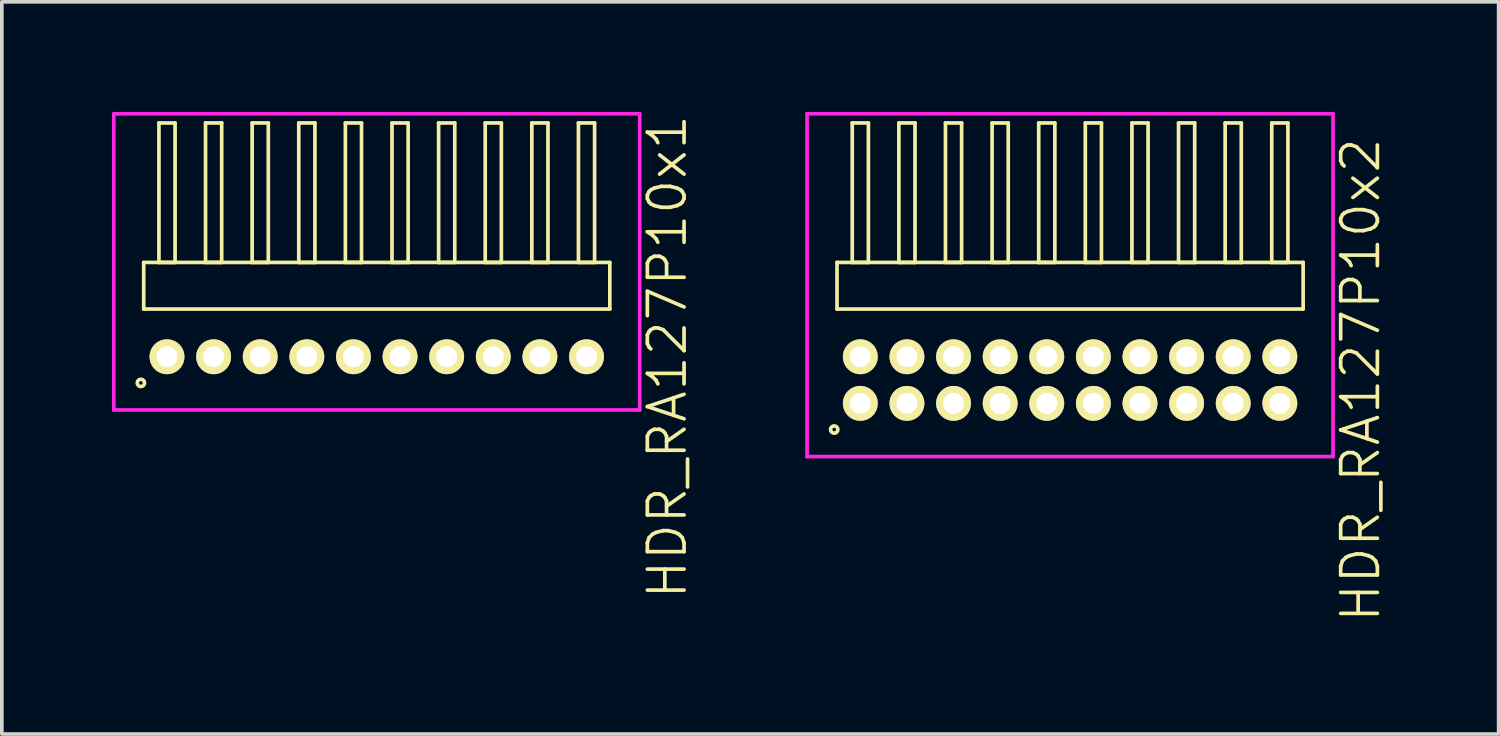
<source format=kicad_pcb>
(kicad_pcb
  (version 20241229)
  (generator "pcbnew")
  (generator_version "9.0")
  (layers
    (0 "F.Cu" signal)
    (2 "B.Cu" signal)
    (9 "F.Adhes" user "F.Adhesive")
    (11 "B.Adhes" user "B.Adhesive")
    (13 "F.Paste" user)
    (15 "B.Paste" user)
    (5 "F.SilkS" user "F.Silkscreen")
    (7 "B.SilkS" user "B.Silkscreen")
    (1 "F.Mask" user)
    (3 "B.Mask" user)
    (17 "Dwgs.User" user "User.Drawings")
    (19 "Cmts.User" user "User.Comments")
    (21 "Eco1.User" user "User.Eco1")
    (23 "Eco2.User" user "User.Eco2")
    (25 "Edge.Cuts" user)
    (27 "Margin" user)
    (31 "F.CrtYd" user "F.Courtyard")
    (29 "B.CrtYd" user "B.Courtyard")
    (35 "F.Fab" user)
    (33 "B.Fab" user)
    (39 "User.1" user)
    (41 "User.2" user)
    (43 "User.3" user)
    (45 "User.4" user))
  (footprint "HDR_RA127P10x1"
    (layer "F.Cu")
    (at 7.215 6.67)
    (property "Reference" "HDR_RA127P10x1" (at 7.915 0 90) (layer "F.SilkS") (effects (font (size 1 1) (thickness 0.1))))
    (attr through_hole)
    (fp_line (start -6.35 -2.57) (end -6.35 -1.3) (stroke (width 0.1) (type solid)) (layer "F.SilkS"))
    (fp_line (start -6.35 -1.3) (end 6.35 -1.3) (stroke (width 0.1) (type solid)) (layer "F.SilkS"))
    (fp_line (start -5.935 -6.37) (end -5.935 -2.57) (stroke (width 0.1) (type solid)) (layer "F.SilkS"))
    (fp_line (start -5.935 -2.57) (end -5.495 -2.57) (stroke (width 0.1) (type solid)) (layer "F.SilkS"))
    (fp_line (start -5.495 -6.37) (end -5.935 -6.37) (stroke (width 0.1) (type solid)) (layer "F.SilkS"))
    (fp_line (start -5.495 -2.57) (end -5.495 -6.37) (stroke (width 0.1) (type solid)) (layer "F.SilkS"))
    (fp_line (start -4.665 -6.37) (end -4.665 -2.57) (stroke (width 0.1) (type solid)) (layer "F.SilkS"))
    (fp_line (start -4.665 -2.57) (end -4.225 -2.57) (stroke (width 0.1) (type solid)) (layer "F.SilkS"))
    (fp_line (start -4.225 -6.37) (end -4.665 -6.37) (stroke (width 0.1) (type solid)) (layer "F.SilkS"))
    (fp_line (start -4.225 -2.57) (end -4.225 -6.37) (stroke (width 0.1) (type solid)) (layer "F.SilkS"))
    (fp_line (start -3.395 -6.37) (end -3.395 -2.57) (stroke (width 0.1) (type solid)) (layer "F.SilkS"))
    (fp_line (start -3.395 -2.57) (end -2.955 -2.57) (stroke (width 0.1) (type solid)) (layer "F.SilkS"))
    (fp_line (start -2.955 -6.37) (end -3.395 -6.37) (stroke (width 0.1) (type solid)) (layer "F.SilkS"))
    (fp_line (start -2.955 -2.57) (end -2.955 -6.37) (stroke (width 0.1) (type solid)) (layer "F.SilkS"))
    (fp_line (start -2.125 -6.37) (end -2.125 -2.57) (stroke (width 0.1) (type solid)) (layer "F.SilkS"))
    (fp_line (start -2.125 -2.57) (end -1.685 -2.57) (stroke (width 0.1) (type solid)) (layer "F.SilkS"))
    (fp_line (start -1.685 -6.37) (end -2.125 -6.37) (stroke (width 0.1) (type solid)) (layer "F.SilkS"))
    (fp_line (start -1.685 -2.57) (end -1.685 -6.37) (stroke (width 0.1) (type solid)) (layer "F.SilkS"))
    (fp_line (start -0.855 -6.37) (end -0.855 -2.57) (stroke (width 0.1) (type solid)) (layer "F.SilkS"))
    (fp_line (start -0.855 -2.57) (end -0.415 -2.57) (stroke (width 0.1) (type solid)) (layer "F.SilkS"))
    (fp_line (start -0.415 -6.37) (end -0.855 -6.37) (stroke (width 0.1) (type solid)) (layer "F.SilkS"))
    (fp_line (start -0.415 -2.57) (end -0.415 -6.37) (stroke (width 0.1) (type solid)) (layer "F.SilkS"))
    (fp_line (start 0.415 -6.37) (end 0.415 -2.57) (stroke (width 0.1) (type solid)) (layer "F.SilkS"))
    (fp_line (start 0.415 -2.57) (end 0.855 -2.57) (stroke (width 0.1) (type solid)) (layer "F.SilkS"))
    (fp_line (start 0.855 -6.37) (end 0.415 -6.37) (stroke (width 0.1) (type solid)) (layer "F.SilkS"))
    (fp_line (start 0.855 -2.57) (end 0.855 -6.37) (stroke (width 0.1) (type solid)) (layer "F.SilkS"))
    (fp_line (start 1.685 -6.37) (end 1.685 -2.57) (stroke (width 0.1) (type solid)) (layer "F.SilkS"))
    (fp_line (start 1.685 -2.57) (end 2.125 -2.57) (stroke (width 0.1) (type solid)) (layer "F.SilkS"))
    (fp_line (start 2.125 -6.37) (end 1.685 -6.37) (stroke (width 0.1) (type solid)) (layer "F.SilkS"))
    (fp_line (start 2.125 -2.57) (end 2.125 -6.37) (stroke (width 0.1) (type solid)) (layer "F.SilkS"))
    (fp_line (start 2.955 -6.37) (end 2.955 -2.57) (stroke (width 0.1) (type solid)) (layer "F.SilkS"))
    (fp_line (start 2.955 -2.57) (end 3.395 -2.57) (stroke (width 0.1) (type solid)) (layer "F.SilkS"))
    (fp_line (start 3.395 -6.37) (end 2.955 -6.37) (stroke (width 0.1) (type solid)) (layer "F.SilkS"))
    (fp_line (start 3.395 -2.57) (end 3.395 -6.37) (stroke (width 0.1) (type solid)) (layer "F.SilkS"))
    (fp_line (start 4.225 -6.37) (end 4.225 -2.57) (stroke (width 0.1) (type solid)) (layer "F.SilkS"))
    (fp_line (start 4.225 -2.57) (end 4.665 -2.57) (stroke (width 0.1) (type solid)) (layer "F.SilkS"))
    (fp_line (start 4.665 -6.37) (end 4.225 -6.37) (stroke (width 0.1) (type solid)) (layer "F.SilkS"))
    (fp_line (start 4.665 -2.57) (end 4.665 -6.37) (stroke (width 0.1) (type solid)) (layer "F.SilkS"))
    (fp_line (start 5.495 -6.37) (end 5.495 -2.57) (stroke (width 0.1) (type solid)) (layer "F.SilkS"))
    (fp_line (start 5.495 -2.57) (end 5.935 -2.57) (stroke (width 0.1) (type solid)) (layer "F.SilkS"))
    (fp_line (start 5.935 -6.37) (end 5.495 -6.37) (stroke (width 0.1) (type solid)) (layer "F.SilkS"))
    (fp_line (start 5.935 -2.57) (end 5.935 -6.37) (stroke (width 0.1) (type solid)) (layer "F.SilkS"))
    (fp_line (start 6.35 -2.57) (end -6.35 -2.57) (stroke (width 0.1) (type solid)) (layer "F.SilkS"))
    (fp_line (start 6.35 -1.3) (end 6.35 -2.57) (stroke (width 0.1) (type solid)) (layer "F.SilkS"))
    (fp_circle (center -6.427 0.712) (end -6.328 0.712) (stroke (width 0.1) (type solid)) (fill no) (layer "F.SilkS"))
    (fp_line (start -7.165 -6.62) (end -7.165 1.45) (stroke (width 0.1) (type solid)) (layer "F.CrtYd"))
    (fp_line (start -7.165 1.45) (end 7.165 1.45) (stroke (width 0.1) (type solid)) (layer "F.CrtYd"))
    (fp_line (start 7.165 -6.62) (end -7.165 -6.62) (stroke (width 0.1) (type solid)) (layer "F.CrtYd"))
    (fp_line (start 7.165 1.45) (end 7.165 -6.62) (stroke (width 0.1) (type solid)) (layer "F.CrtYd"))
    (pad "1" thru_hole oval (at -5.715 0) (size 0.95 0.95) (drill 0.57) (layers "*.Cu" "*.Mask" "F.SilkS"))
    (pad "2" thru_hole oval (at -4.445 0) (size 0.95 0.95) (drill 0.57) (layers "*.Cu" "*.Mask" "F.SilkS"))
    (pad "3" thru_hole oval (at -3.175 0) (size 0.95 0.95) (drill 0.57) (layers "*.Cu" "*.Mask" "F.SilkS"))
    (pad "4" thru_hole oval (at -1.905 0) (size 0.95 0.95) (drill 0.57) (layers "*.Cu" "*.Mask" "F.SilkS"))
    (pad "5" thru_hole oval (at -0.635 0) (size 0.95 0.95) (drill 0.57) (layers "*.Cu" "*.Mask" "F.SilkS"))
    (pad "6" thru_hole oval (at 0.635 0) (size 0.95 0.95) (drill 0.57) (layers "*.Cu" "*.Mask" "F.SilkS"))
    (pad "7" thru_hole oval (at 1.905 0) (size 0.95 0.95) (drill 0.57) (layers "*.Cu" "*.Mask" "F.SilkS"))
    (pad "8" thru_hole oval (at 3.175 0) (size 0.95 0.95) (drill 0.57) (layers "*.Cu" "*.Mask" "F.SilkS"))
    (pad "9" thru_hole oval (at 4.445 0) (size 0.95 0.95) (drill 0.57) (layers "*.Cu" "*.Mask" "F.SilkS"))
    (pad "10" thru_hole oval (at 5.715 0) (size 0.95 0.95) (drill 0.57) (layers "*.Cu" "*.Mask" "F.SilkS")))
  (footprint "HDR_RA127P10x2"
    (layer "F.Cu")
    (at 26.105 7.305)
    (property "Reference" "HDR_RA127P10x2" (at 7.915 0 90) (layer "F.SilkS") (effects (font (size 1 1) (thickness 0.1))))
    (attr through_hole)
    (fp_line (start -6.35 -3.205) (end -6.35 -1.935) (stroke (width 0.1) (type solid)) (layer "F.SilkS"))
    (fp_line (start -6.35 -1.935) (end 6.35 -1.935) (stroke (width 0.1) (type solid)) (layer "F.SilkS"))
    (fp_line (start -5.935 -7.005) (end -5.935 -3.205) (stroke (width 0.1) (type solid)) (layer "F.SilkS"))
    (fp_line (start -5.935 -3.205) (end -5.495 -3.205) (stroke (width 0.1) (type solid)) (layer "F.SilkS"))
    (fp_line (start -5.495 -7.005) (end -5.935 -7.005) (stroke (width 0.1) (type solid)) (layer "F.SilkS"))
    (fp_line (start -5.495 -3.205) (end -5.495 -7.005) (stroke (width 0.1) (type solid)) (layer "F.SilkS"))
    (fp_line (start -4.665 -7.005) (end -4.665 -3.205) (stroke (width 0.1) (type solid)) (layer "F.SilkS"))
    (fp_line (start -4.665 -3.205) (end -4.225 -3.205) (stroke (width 0.1) (type solid)) (layer "F.SilkS"))
    (fp_line (start -4.225 -7.005) (end -4.665 -7.005) (stroke (width 0.1) (type solid)) (layer "F.SilkS"))
    (fp_line (start -4.225 -3.205) (end -4.225 -7.005) (stroke (width 0.1) (type solid)) (layer "F.SilkS"))
    (fp_line (start -3.395 -7.005) (end -3.395 -3.205) (stroke (width 0.1) (type solid)) (layer "F.SilkS"))
    (fp_line (start -3.395 -3.205) (end -2.955 -3.205) (stroke (width 0.1) (type solid)) (layer "F.SilkS"))
    (fp_line (start -2.955 -7.005) (end -3.395 -7.005) (stroke (width 0.1) (type solid)) (layer "F.SilkS"))
    (fp_line (start -2.955 -3.205) (end -2.955 -7.005) (stroke (width 0.1) (type solid)) (layer "F.SilkS"))
    (fp_line (start -2.125 -7.005) (end -2.125 -3.205) (stroke (width 0.1) (type solid)) (layer "F.SilkS"))
    (fp_line (start -2.125 -3.205) (end -1.685 -3.205) (stroke (width 0.1) (type solid)) (layer "F.SilkS"))
    (fp_line (start -1.685 -7.005) (end -2.125 -7.005) (stroke (width 0.1) (type solid)) (layer "F.SilkS"))
    (fp_line (start -1.685 -3.205) (end -1.685 -7.005) (stroke (width 0.1) (type solid)) (layer "F.SilkS"))
    (fp_line (start -0.855 -7.005) (end -0.855 -3.205) (stroke (width 0.1) (type solid)) (layer "F.SilkS"))
    (fp_line (start -0.855 -3.205) (end -0.415 -3.205) (stroke (width 0.1) (type solid)) (layer "F.SilkS"))
    (fp_line (start -0.415 -7.005) (end -0.855 -7.005) (stroke (width 0.1) (type solid)) (layer "F.SilkS"))
    (fp_line (start -0.415 -3.205) (end -0.415 -7.005) (stroke (width 0.1) (type solid)) (layer "F.SilkS"))
    (fp_line (start 0.415 -7.005) (end 0.415 -3.205) (stroke (width 0.1) (type solid)) (layer "F.SilkS"))
    (fp_line (start 0.415 -3.205) (end 0.855 -3.205) (stroke (width 0.1) (type solid)) (layer "F.SilkS"))
    (fp_line (start 0.855 -7.005) (end 0.415 -7.005) (stroke (width 0.1) (type solid)) (layer "F.SilkS"))
    (fp_line (start 0.855 -3.205) (end 0.855 -7.005) (stroke (width 0.1) (type solid)) (layer "F.SilkS"))
    (fp_line (start 1.685 -7.005) (end 1.685 -3.205) (stroke (width 0.1) (type solid)) (layer "F.SilkS"))
    (fp_line (start 1.685 -3.205) (end 2.125 -3.205) (stroke (width 0.1) (type solid)) (layer "F.SilkS"))
    (fp_line (start 2.125 -7.005) (end 1.685 -7.005) (stroke (width 0.1) (type solid)) (layer "F.SilkS"))
    (fp_line (start 2.125 -3.205) (end 2.125 -7.005) (stroke (width 0.1) (type solid)) (layer "F.SilkS"))
    (fp_line (start 2.955 -7.005) (end 2.955 -3.205) (stroke (width 0.1) (type solid)) (layer "F.SilkS"))
    (fp_line (start 2.955 -3.205) (end 3.395 -3.205) (stroke (width 0.1) (type solid)) (layer "F.SilkS"))
    (fp_line (start 3.395 -7.005) (end 2.955 -7.005) (stroke (width 0.1) (type solid)) (layer "F.SilkS"))
    (fp_line (start 3.395 -3.205) (end 3.395 -7.005) (stroke (width 0.1) (type solid)) (layer "F.SilkS"))
    (fp_line (start 4.225 -7.005) (end 4.225 -3.205) (stroke (width 0.1) (type solid)) (layer "F.SilkS"))
    (fp_line (start 4.225 -3.205) (end 4.665 -3.205) (stroke (width 0.1) (type solid)) (layer "F.SilkS"))
    (fp_line (start 4.665 -7.005) (end 4.225 -7.005) (stroke (width 0.1) (type solid)) (layer "F.SilkS"))
    (fp_line (start 4.665 -3.205) (end 4.665 -7.005) (stroke (width 0.1) (type solid)) (layer "F.SilkS"))
    (fp_line (start 5.495 -7.005) (end 5.495 -3.205) (stroke (width 0.1) (type solid)) (layer "F.SilkS"))
    (fp_line (start 5.495 -3.205) (end 5.935 -3.205) (stroke (width 0.1) (type solid)) (layer "F.SilkS"))
    (fp_line (start 5.935 -7.005) (end 5.495 -7.005) (stroke (width 0.1) (type solid)) (layer "F.SilkS"))
    (fp_line (start 5.935 -3.205) (end 5.935 -7.005) (stroke (width 0.1) (type solid)) (layer "F.SilkS"))
    (fp_line (start 6.35 -3.205) (end -6.35 -3.205) (stroke (width 0.1) (type solid)) (layer "F.SilkS"))
    (fp_line (start 6.35 -1.935) (end 6.35 -3.205) (stroke (width 0.1) (type solid)) (layer "F.SilkS"))
    (fp_circle (center -6.427 1.348) (end -6.328 1.348) (stroke (width 0.1) (type solid)) (fill no) (layer "F.SilkS"))
    (fp_line (start -7.165 -7.255) (end -7.165 2.085) (stroke (width 0.1) (type solid)) (layer "F.CrtYd"))
    (fp_line (start -7.165 2.085) (end 7.165 2.085) (stroke (width 0.1) (type solid)) (layer "F.CrtYd"))
    (fp_line (start 7.165 -7.255) (end -7.165 -7.255) (stroke (width 0.1) (type solid)) (layer "F.CrtYd"))
    (fp_line (start 7.165 2.085) (end 7.165 -7.255) (stroke (width 0.1) (type solid)) (layer "F.CrtYd"))
    (pad "1" thru_hole oval (at -5.715 0.635) (size 0.95 0.95) (drill 0.57) (layers "*.Cu" "*.Mask" "F.SilkS"))
    (pad "2" thru_hole oval (at -5.715 -0.635) (size 0.95 0.95) (drill 0.57) (layers "*.Cu" "*.Mask" "F.SilkS"))
    (pad "3" thru_hole oval (at -4.445 0.635) (size 0.95 0.95) (drill 0.57) (layers "*.Cu" "*.Mask" "F.SilkS"))
    (pad "4" thru_hole oval (at -4.445 -0.635) (size 0.95 0.95) (drill 0.57) (layers "*.Cu" "*.Mask" "F.SilkS"))
    (pad "5" thru_hole oval (at -3.175 0.635) (size 0.95 0.95) (drill 0.57) (layers "*.Cu" "*.Mask" "F.SilkS"))
    (pad "6" thru_hole oval (at -3.175 -0.635) (size 0.95 0.95) (drill 0.57) (layers "*.Cu" "*.Mask" "F.SilkS"))
    (pad "7" thru_hole oval (at -1.905 0.635) (size 0.95 0.95) (drill 0.57) (layers "*.Cu" "*.Mask" "F.SilkS"))
    (pad "8" thru_hole oval (at -1.905 -0.635) (size 0.95 0.95) (drill 0.57) (layers "*.Cu" "*.Mask" "F.SilkS"))
    (pad "9" thru_hole oval (at -0.635 0.635) (size 0.95 0.95) (drill 0.57) (layers "*.Cu" "*.Mask" "F.SilkS"))
    (pad "10" thru_hole oval (at -0.635 -0.635) (size 0.95 0.95) (drill 0.57) (layers "*.Cu" "*.Mask" "F.SilkS"))
    (pad "11" thru_hole oval (at 0.635 0.635) (size 0.95 0.95) (drill 0.57) (layers "*.Cu" "*.Mask" "F.SilkS"))
    (pad "12" thru_hole oval (at 0.635 -0.635) (size 0.95 0.95) (drill 0.57) (layers "*.Cu" "*.Mask" "F.SilkS"))
    (pad "13" thru_hole oval (at 1.905 0.635) (size 0.95 0.95) (drill 0.57) (layers "*.Cu" "*.Mask" "F.SilkS"))
    (pad "14" thru_hole oval (at 1.905 -0.635) (size 0.95 0.95) (drill 0.57) (layers "*.Cu" "*.Mask" "F.SilkS"))
    (pad "15" thru_hole oval (at 3.175 0.635) (size 0.95 0.95) (drill 0.57) (layers "*.Cu" "*.Mask" "F.SilkS"))
    (pad "16" thru_hole oval (at 3.175 -0.635) (size 0.95 0.95) (drill 0.57) (layers "*.Cu" "*.Mask" "F.SilkS"))
    (pad "17" thru_hole oval (at 4.445 0.635) (size 0.95 0.95) (drill 0.57) (layers "*.Cu" "*.Mask" "F.SilkS"))
    (pad "18" thru_hole oval (at 4.445 -0.635) (size 0.95 0.95) (drill 0.57) (layers "*.Cu" "*.Mask" "F.SilkS"))
    (pad "19" thru_hole oval (at 5.715 0.635) (size 0.95 0.95) (drill 0.57) (layers "*.Cu" "*.Mask" "F.SilkS"))
    (pad "20" thru_hole oval (at 5.715 -0.635) (size 0.95 0.95) (drill 0.57) (layers "*.Cu" "*.Mask" "F.SilkS")))
  (gr_rect
    (start -3 -3)
    (end 37.781 16.95)
    (stroke (width 0.1) (type default))
    (fill no)
    (layer "Edge.Cuts")))
</source>
